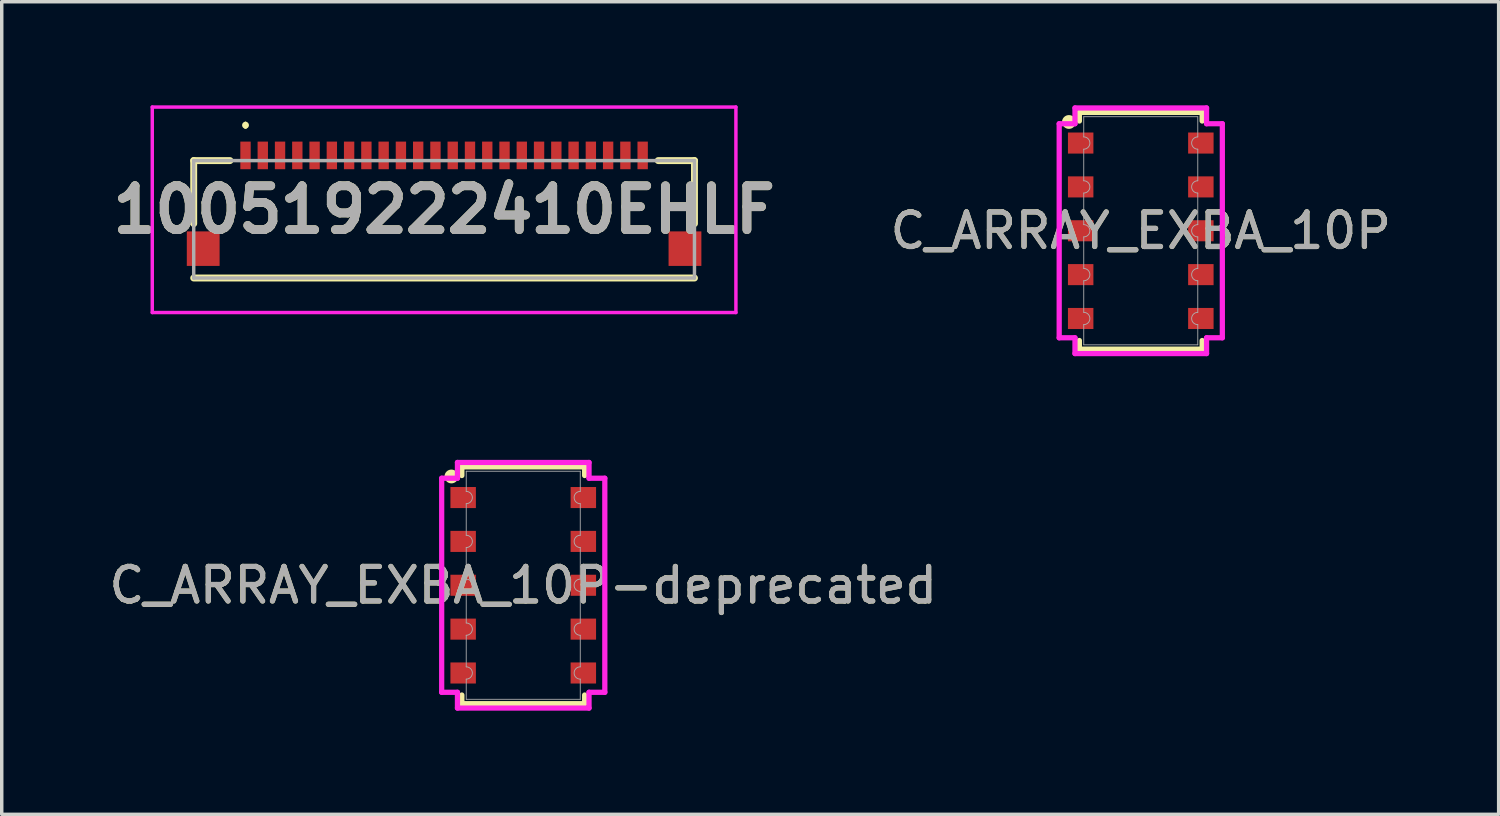
<source format=kicad_pcb>
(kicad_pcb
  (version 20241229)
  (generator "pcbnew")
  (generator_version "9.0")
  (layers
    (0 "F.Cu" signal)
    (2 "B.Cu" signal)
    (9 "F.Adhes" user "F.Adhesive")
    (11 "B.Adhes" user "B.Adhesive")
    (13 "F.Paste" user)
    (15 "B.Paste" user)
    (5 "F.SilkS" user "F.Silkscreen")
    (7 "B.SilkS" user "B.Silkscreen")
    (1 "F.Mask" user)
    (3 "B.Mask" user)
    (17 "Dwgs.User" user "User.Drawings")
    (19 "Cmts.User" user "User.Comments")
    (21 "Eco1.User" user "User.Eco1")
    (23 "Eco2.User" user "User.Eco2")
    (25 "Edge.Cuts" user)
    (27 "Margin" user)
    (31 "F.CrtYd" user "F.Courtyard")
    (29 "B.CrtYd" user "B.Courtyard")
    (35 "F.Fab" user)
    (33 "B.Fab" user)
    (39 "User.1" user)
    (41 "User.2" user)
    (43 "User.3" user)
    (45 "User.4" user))
  (footprint "C_ARRAY_EXBA_10P-deprecated"
    (layer "F.Cu")
    (at 12.101 13.897)
    (property "Reference" "C_ARRAY_EXBA_10P-deprecated" (at 0 0 0) (unlocked yes) (layer "F.SilkS") (effects (font (size 1 1) (thickness 0.15))))
    (attr smd)
    (fp_line (start -1.778 -3.429) (end 1.778 -3.429) (stroke (width 0.152) (type solid)) (layer "F.SilkS"))
    (fp_line (start -1.778 -3.178) (end -1.778 -3.429) (stroke (width 0.152) (type solid)) (layer "F.SilkS"))
    (fp_line (start -1.778 3.178) (end -1.778 3.429) (stroke (width 0.152) (type solid)) (layer "F.SilkS"))
    (fp_line (start -1.778 3.429) (end 1.778 3.429) (stroke (width 0.152) (type solid)) (layer "F.SilkS"))
    (fp_line (start 1.778 -3.178) (end 1.778 -3.429) (stroke (width 0.152) (type solid)) (layer "F.SilkS"))
    (fp_line (start 1.778 3.178) (end 1.778 3.429) (stroke (width 0.152) (type solid)) (layer "F.SilkS"))
    (fp_circle (center -2.08 -3.15) (end -1.93 -3.15) (stroke (width 0.1) (type solid)) (fill yes) (layer "F.SilkS"))
    (fp_line (start -2.362 -3.099) (end -1.905 -3.099) (stroke (width 0.152) (type solid)) (layer "F.CrtYd"))
    (fp_line (start -2.362 3.099) (end -2.362 -3.099) (stroke (width 0.152) (type solid)) (layer "F.CrtYd"))
    (fp_line (start -2.362 3.099) (end -1.905 3.099) (stroke (width 0.152) (type solid)) (layer "F.CrtYd"))
    (fp_line (start -1.905 -3.556) (end 1.905 -3.556) (stroke (width 0.152) (type solid)) (layer "F.CrtYd"))
    (fp_line (start -1.905 -3.099) (end -1.905 -3.556) (stroke (width 0.152) (type solid)) (layer "F.CrtYd"))
    (fp_line (start -1.905 3.556) (end -1.905 3.099) (stroke (width 0.152) (type solid)) (layer "F.CrtYd"))
    (fp_line (start 1.905 -3.556) (end 1.905 -3.099) (stroke (width 0.152) (type solid)) (layer "F.CrtYd"))
    (fp_line (start 1.905 3.099) (end 1.905 3.556) (stroke (width 0.152) (type solid)) (layer "F.CrtYd"))
    (fp_line (start 1.905 3.556) (end -1.905 3.556) (stroke (width 0.152) (type solid)) (layer "F.CrtYd"))
    (fp_line (start 2.362 -3.099) (end 1.905 -3.099) (stroke (width 0.152) (type solid)) (layer "F.CrtYd"))
    (fp_line (start 2.362 -3.099) (end 2.362 3.099) (stroke (width 0.152) (type solid)) (layer "F.CrtYd"))
    (fp_line (start 2.362 3.099) (end 1.905 3.099) (stroke (width 0.152) (type solid)) (layer "F.CrtYd"))
    (fp_line (start -1.651 -3.302) (end 1.651 -3.302) (stroke (width 0.025) (type solid)) (layer "F.Fab"))
    (fp_line (start -1.651 -2.718) (end -1.651 -3.302) (stroke (width 0.025) (type solid)) (layer "F.Fab"))
    (fp_line (start -1.651 -2.362) (end -1.651 -1.448) (stroke (width 0.025) (type solid)) (layer "F.Fab"))
    (fp_line (start -1.651 -1.092) (end -1.651 -0.178) (stroke (width 0.025) (type solid)) (layer "F.Fab"))
    (fp_line (start -1.651 0.178) (end -1.651 1.092) (stroke (width 0.025) (type solid)) (layer "F.Fab"))
    (fp_line (start -1.651 1.448) (end -1.651 2.362) (stroke (width 0.025) (type solid)) (layer "F.Fab"))
    (fp_line (start -1.651 2.718) (end -1.651 3.302) (stroke (width 0.025) (type solid)) (layer "F.Fab"))
    (fp_line (start -1.651 3.302) (end 1.651 3.302) (stroke (width 0.025) (type solid)) (layer "F.Fab"))
    (fp_line (start 1.651 -2.718) (end 1.651 -3.302) (stroke (width 0.025) (type solid)) (layer "F.Fab"))
    (fp_line (start 1.651 -2.362) (end 1.651 -1.448) (stroke (width 0.025) (type solid)) (layer "F.Fab"))
    (fp_line (start 1.651 -1.092) (end 1.651 -0.178) (stroke (width 0.025) (type solid)) (layer "F.Fab"))
    (fp_line (start 1.651 0.178) (end 1.651 1.092) (stroke (width 0.025) (type solid)) (layer "F.Fab"))
    (fp_line (start 1.651 1.448) (end 1.651 2.362) (stroke (width 0.025) (type solid)) (layer "F.Fab"))
    (fp_line (start 1.651 2.718) (end 1.651 3.302) (stroke (width 0.025) (type solid)) (layer "F.Fab"))
    (fp_arc (start -1.651 -2.7178) (mid -1.4732 -2.54) (end -1.651 -2.3622) (stroke (width 0.0254) (type solid)) (layer "F.Fab"))
    (fp_arc (start -1.651 -1.4478) (mid -1.4732 -1.27) (end -1.651 -1.0922) (stroke (width 0.0254) (type solid)) (layer "F.Fab"))
    (fp_arc (start -1.651 -0.1778) (mid -1.4732 0) (end -1.651 0.1778) (stroke (width 0.0254) (type solid)) (layer "F.Fab"))
    (fp_arc (start -1.651 1.0922) (mid -1.4732 1.27) (end -1.651 1.4478) (stroke (width 0.0254) (type solid)) (layer "F.Fab"))
    (fp_arc (start -1.651 2.3622) (mid -1.4732 2.54) (end -1.651 2.7178) (stroke (width 0.0254) (type solid)) (layer "F.Fab"))
    (fp_arc (start 1.651 -2.3622) (mid 1.4732 -2.54) (end 1.651 -2.7178) (stroke (width 0.0254) (type solid)) (layer "F.Fab"))
    (fp_arc (start 1.651 -1.0922) (mid 1.4732 -1.27) (end 1.651 -1.4478) (stroke (width 0.0254) (type solid)) (layer "F.Fab"))
    (fp_arc (start 1.651 0.1778) (mid 1.4732 0) (end 1.651 -0.1778) (stroke (width 0.0254) (type solid)) (layer "F.Fab"))
    (fp_arc (start 1.651 1.4478) (mid 1.4732 1.27) (end 1.651 1.0922) (stroke (width 0.0254) (type solid)) (layer "F.Fab"))
    (fp_arc (start 1.651 2.7178) (mid 1.4732 2.54) (end 1.651 2.3622) (stroke (width 0.0254) (type solid)) (layer "F.Fab"))
    (fp_text user "${REFERENCE}" (at 0 0 0) (unlocked yes) (layer "F.Fab") (effects (font (size 1 1) (thickness 0.15))))
    (pad "1" smd rect (at -1.74 -2.54) (size 0.737 0.61) (layers "F.Cu" "F.Mask" "F.Paste"))
    (pad "2" smd rect (at -1.74 -1.27) (size 0.737 0.61) (layers "F.Cu" "F.Mask" "F.Paste"))
    (pad "3" smd rect (at -1.74 0) (size 0.737 0.61) (layers "F.Cu" "F.Mask" "F.Paste"))
    (pad "4" smd rect (at -1.74 1.27) (size 0.737 0.61) (layers "F.Cu" "F.Mask" "F.Paste"))
    (pad "5" smd rect (at -1.74 2.54) (size 0.737 0.61) (layers "F.Cu" "F.Mask" "F.Paste"))
    (pad "6" smd rect (at 1.74 2.54) (size 0.737 0.61) (layers "F.Cu" "F.Mask" "F.Paste"))
    (pad "7" smd rect (at 1.74 1.27) (size 0.737 0.61) (layers "F.Cu" "F.Mask" "F.Paste"))
    (pad "8" smd rect (at 1.74 0) (size 0.737 0.61) (layers "F.Cu" "F.Mask" "F.Paste"))
    (pad "9" smd rect (at 1.74 -1.27) (size 0.737 0.61) (layers "F.Cu" "F.Mask" "F.Paste"))
    (pad "10" smd rect (at 1.74 -2.54) (size 0.737 0.61) (layers "F.Cu" "F.Mask" "F.Paste")))
  (footprint "C_ARRAY_EXBA_10P"
    (layer "F.Cu")
    (at 29.982 3.632)
    (property "Reference" "C_ARRAY_EXBA_10P" (at 0 0 0) (unlocked yes) (layer "F.SilkS") (effects (font (size 1 1) (thickness 0.15))))
    (attr smd)
    (fp_line (start -1.778 -3.429) (end 1.778 -3.429) (stroke (width 0.152) (type solid)) (layer "F.SilkS"))
    (fp_line (start -1.778 -3.178) (end -1.778 -3.429) (stroke (width 0.152) (type solid)) (layer "F.SilkS"))
    (fp_line (start -1.778 3.178) (end -1.778 3.429) (stroke (width 0.152) (type solid)) (layer "F.SilkS"))
    (fp_line (start -1.778 3.429) (end 1.778 3.429) (stroke (width 0.152) (type solid)) (layer "F.SilkS"))
    (fp_line (start 1.778 -3.178) (end 1.778 -3.429) (stroke (width 0.152) (type solid)) (layer "F.SilkS"))
    (fp_line (start 1.778 3.178) (end 1.778 3.429) (stroke (width 0.152) (type solid)) (layer "F.SilkS"))
    (fp_circle (center -2.08 -3.15) (end -1.93 -3.15) (stroke (width 0.1) (type solid)) (fill yes) (layer "F.SilkS"))
    (fp_line (start -2.362 -3.099) (end -1.905 -3.099) (stroke (width 0.152) (type solid)) (layer "F.CrtYd"))
    (fp_line (start -2.362 3.099) (end -2.362 -3.099) (stroke (width 0.152) (type solid)) (layer "F.CrtYd"))
    (fp_line (start -2.362 3.099) (end -1.905 3.099) (stroke (width 0.152) (type solid)) (layer "F.CrtYd"))
    (fp_line (start -1.905 -3.556) (end 1.905 -3.556) (stroke (width 0.152) (type solid)) (layer "F.CrtYd"))
    (fp_line (start -1.905 -3.099) (end -1.905 -3.556) (stroke (width 0.152) (type solid)) (layer "F.CrtYd"))
    (fp_line (start -1.905 3.556) (end -1.905 3.099) (stroke (width 0.152) (type solid)) (layer "F.CrtYd"))
    (fp_line (start 1.905 -3.556) (end 1.905 -3.099) (stroke (width 0.152) (type solid)) (layer "F.CrtYd"))
    (fp_line (start 1.905 3.099) (end 1.905 3.556) (stroke (width 0.152) (type solid)) (layer "F.CrtYd"))
    (fp_line (start 1.905 3.556) (end -1.905 3.556) (stroke (width 0.152) (type solid)) (layer "F.CrtYd"))
    (fp_line (start 2.362 -3.099) (end 1.905 -3.099) (stroke (width 0.152) (type solid)) (layer "F.CrtYd"))
    (fp_line (start 2.362 -3.099) (end 2.362 3.099) (stroke (width 0.152) (type solid)) (layer "F.CrtYd"))
    (fp_line (start 2.362 3.099) (end 1.905 3.099) (stroke (width 0.152) (type solid)) (layer "F.CrtYd"))
    (fp_line (start -1.651 -3.302) (end 1.651 -3.302) (stroke (width 0.025) (type solid)) (layer "F.Fab"))
    (fp_line (start -1.651 -2.718) (end -1.651 -3.302) (stroke (width 0.025) (type solid)) (layer "F.Fab"))
    (fp_line (start -1.651 -2.362) (end -1.651 -1.448) (stroke (width 0.025) (type solid)) (layer "F.Fab"))
    (fp_line (start -1.651 -1.092) (end -1.651 -0.178) (stroke (width 0.025) (type solid)) (layer "F.Fab"))
    (fp_line (start -1.651 0.178) (end -1.651 1.092) (stroke (width 0.025) (type solid)) (layer "F.Fab"))
    (fp_line (start -1.651 1.448) (end -1.651 2.362) (stroke (width 0.025) (type solid)) (layer "F.Fab"))
    (fp_line (start -1.651 2.718) (end -1.651 3.302) (stroke (width 0.025) (type solid)) (layer "F.Fab"))
    (fp_line (start -1.651 3.302) (end 1.651 3.302) (stroke (width 0.025) (type solid)) (layer "F.Fab"))
    (fp_line (start 1.651 -2.718) (end 1.651 -3.302) (stroke (width 0.025) (type solid)) (layer "F.Fab"))
    (fp_line (start 1.651 -2.362) (end 1.651 -1.448) (stroke (width 0.025) (type solid)) (layer "F.Fab"))
    (fp_line (start 1.651 -1.092) (end 1.651 -0.178) (stroke (width 0.025) (type solid)) (layer "F.Fab"))
    (fp_line (start 1.651 0.178) (end 1.651 1.092) (stroke (width 0.025) (type solid)) (layer "F.Fab"))
    (fp_line (start 1.651 1.448) (end 1.651 2.362) (stroke (width 0.025) (type solid)) (layer "F.Fab"))
    (fp_line (start 1.651 2.718) (end 1.651 3.302) (stroke (width 0.025) (type solid)) (layer "F.Fab"))
    (fp_arc (start -1.651 -2.7178) (mid -1.4732 -2.54) (end -1.651 -2.3622) (stroke (width 0.0254) (type solid)) (layer "F.Fab"))
    (fp_arc (start -1.651 -1.4478) (mid -1.4732 -1.27) (end -1.651 -1.0922) (stroke (width 0.0254) (type solid)) (layer "F.Fab"))
    (fp_arc (start -1.651 -0.1778) (mid -1.4732 0) (end -1.651 0.1778) (stroke (width 0.0254) (type solid)) (layer "F.Fab"))
    (fp_arc (start -1.651 1.0922) (mid -1.4732 1.27) (end -1.651 1.4478) (stroke (width 0.0254) (type solid)) (layer "F.Fab"))
    (fp_arc (start -1.651 2.3622) (mid -1.4732 2.54) (end -1.651 2.7178) (stroke (width 0.0254) (type solid)) (layer "F.Fab"))
    (fp_arc (start 1.651 -2.3622) (mid 1.4732 -2.54) (end 1.651 -2.7178) (stroke (width 0.0254) (type solid)) (layer "F.Fab"))
    (fp_arc (start 1.651 -1.0922) (mid 1.4732 -1.27) (end 1.651 -1.4478) (stroke (width 0.0254) (type solid)) (layer "F.Fab"))
    (fp_arc (start 1.651 0.1778) (mid 1.4732 0) (end 1.651 -0.1778) (stroke (width 0.0254) (type solid)) (layer "F.Fab"))
    (fp_arc (start 1.651 1.4478) (mid 1.4732 1.27) (end 1.651 1.0922) (stroke (width 0.0254) (type solid)) (layer "F.Fab"))
    (fp_arc (start 1.651 2.7178) (mid 1.4732 2.54) (end 1.651 2.3622) (stroke (width 0.0254) (type solid)) (layer "F.Fab"))
    (fp_text user "${REFERENCE}" (at 0 0 0) (unlocked yes) (layer "F.Fab") (effects (font (size 1 1) (thickness 0.15))))
    (pad "1" smd rect (at -1.74 -2.54) (size 0.737 0.61) (layers "F.Cu" "F.Mask" "F.Paste"))
    (pad "2" smd rect (at -1.74 -1.27) (size 0.737 0.61) (layers "F.Cu" "F.Mask" "F.Paste"))
    (pad "3" smd rect (at -1.74 0) (size 0.737 0.61) (layers "F.Cu" "F.Mask" "F.Paste"))
    (pad "4" smd rect (at -1.74 1.27) (size 0.737 0.61) (layers "F.Cu" "F.Mask" "F.Paste"))
    (pad "5" smd rect (at -1.74 2.54) (size 0.737 0.61) (layers "F.Cu" "F.Mask" "F.Paste"))
    (pad "6" smd rect (at 1.74 2.54) (size 0.737 0.61) (layers "F.Cu" "F.Mask" "F.Paste"))
    (pad "7" smd rect (at 1.74 1.27) (size 0.737 0.61) (layers "F.Cu" "F.Mask" "F.Paste"))
    (pad "8" smd rect (at 1.74 0) (size 0.737 0.61) (layers "F.Cu" "F.Mask" "F.Paste"))
    (pad "9" smd rect (at 1.74 -1.27) (size 0.737 0.61) (layers "F.Cu" "F.Mask" "F.Paste"))
    (pad "10" smd rect (at 1.74 -2.54) (size 0.737 0.61) (layers "F.Cu" "F.Mask" "F.Paste")))
  (footprint "100519222410EHLF"
    (layer "F.Cu")
    (at 9.809 3.025)
    (property "Reference" "100519222410EHLF" (at 0 0 0) (layer "F.SilkS") (effects (font (size 1.27 1.27) (thickness 0.254))))
    (attr smd)
    (fp_line (start -7.25 -1.425) (end -6.2 -1.425) (stroke (width 0.2) (type solid)) (layer "F.SilkS"))
    (fp_line (start -7.25 0.4) (end -7.25 -1.425) (stroke (width 0.2) (type solid)) (layer "F.SilkS"))
    (fp_line (start -7.25 1.975) (end 7.25 1.975) (stroke (width 0.2) (type solid)) (layer "F.SilkS"))
    (fp_line (start -5.75 -2.5) (end -5.75 -2.5) (stroke (width 0.1) (type solid)) (layer "F.SilkS"))
    (fp_line (start -5.75 -2.4) (end -5.75 -2.4) (stroke (width 0.1) (type solid)) (layer "F.SilkS"))
    (fp_line (start 6.2 -1.425) (end 7.25 -1.425) (stroke (width 0.2) (type solid)) (layer "F.SilkS"))
    (fp_line (start 7.25 -1.425) (end 7.25 0.4) (stroke (width 0.2) (type solid)) (layer "F.SilkS"))
    (fp_arc (start -5.75 -2.5) (mid -5.7 -2.45) (end -5.75 -2.4) (stroke (width 0.1) (type solid)) (layer "F.SilkS"))
    (fp_arc (start -5.75 -2.4) (mid -5.8 -2.45) (end -5.75 -2.5) (stroke (width 0.1) (type solid)) (layer "F.SilkS"))
    (fp_line (start -8.45 -2.975) (end 8.45 -2.975) (stroke (width 0.1) (type solid)) (layer "F.CrtYd"))
    (fp_line (start -8.45 2.975) (end -8.45 -2.975) (stroke (width 0.1) (type solid)) (layer "F.CrtYd"))
    (fp_line (start 8.45 -2.975) (end 8.45 2.975) (stroke (width 0.1) (type solid)) (layer "F.CrtYd"))
    (fp_line (start 8.45 2.975) (end -8.45 2.975) (stroke (width 0.1) (type solid)) (layer "F.CrtYd"))
    (fp_line (start -7.25 -1.425) (end -7.25 1.975) (stroke (width 0.1) (type solid)) (layer "F.Fab"))
    (fp_line (start -7.25 1.975) (end 7.25 1.975) (stroke (width 0.1) (type solid)) (layer "F.Fab"))
    (fp_line (start 7.25 -1.425) (end -7.25 -1.425) (stroke (width 0.1) (type solid)) (layer "F.Fab"))
    (fp_line (start 7.25 1.975) (end 7.25 -1.425) (stroke (width 0.1) (type solid)) (layer "F.Fab"))
    (fp_text user "${REFERENCE}" (at 0 0 0) (layer "F.Fab") (effects (font (size 1.27 1.27) (thickness 0.254))))
    (pad "1" smd rect (at -5.75 -1.575) (size 0.3 0.8) (layers "F.Cu" "F.Mask" "F.Paste"))
    (pad "2" smd rect (at -5.25 -1.575) (size 0.3 0.8) (layers "F.Cu" "F.Mask" "F.Paste"))
    (pad "3" smd rect (at -4.75 -1.575) (size 0.3 0.8) (layers "F.Cu" "F.Mask" "F.Paste"))
    (pad "4" smd rect (at -4.25 -1.575) (size 0.3 0.8) (layers "F.Cu" "F.Mask" "F.Paste"))
    (pad "5" smd rect (at -3.75 -1.575) (size 0.3 0.8) (layers "F.Cu" "F.Mask" "F.Paste"))
    (pad "6" smd rect (at -3.25 -1.575) (size 0.3 0.8) (layers "F.Cu" "F.Mask" "F.Paste"))
    (pad "7" smd rect (at -2.75 -1.575) (size 0.3 0.8) (layers "F.Cu" "F.Mask" "F.Paste"))
    (pad "8" smd rect (at -2.25 -1.575) (size 0.3 0.8) (layers "F.Cu" "F.Mask" "F.Paste"))
    (pad "9" smd rect (at -1.75 -1.575) (size 0.3 0.8) (layers "F.Cu" "F.Mask" "F.Paste"))
    (pad "10" smd rect (at -1.25 -1.575) (size 0.3 0.8) (layers "F.Cu" "F.Mask" "F.Paste"))
    (pad "11" smd rect (at -0.75 -1.575) (size 0.3 0.8) (layers "F.Cu" "F.Mask" "F.Paste"))
    (pad "12" smd rect (at -0.25 -1.575) (size 0.3 0.8) (layers "F.Cu" "F.Mask" "F.Paste"))
    (pad "13" smd rect (at 0.25 -1.575) (size 0.3 0.8) (layers "F.Cu" "F.Mask" "F.Paste"))
    (pad "14" smd rect (at 0.75 -1.575) (size 0.3 0.8) (layers "F.Cu" "F.Mask" "F.Paste"))
    (pad "15" smd rect (at 1.25 -1.575) (size 0.3 0.8) (layers "F.Cu" "F.Mask" "F.Paste"))
    (pad "16" smd rect (at 1.75 -1.575) (size 0.3 0.8) (layers "F.Cu" "F.Mask" "F.Paste"))
    (pad "17" smd rect (at 2.25 -1.575) (size 0.3 0.8) (layers "F.Cu" "F.Mask" "F.Paste"))
    (pad "18" smd rect (at 2.75 -1.575) (size 0.3 0.8) (layers "F.Cu" "F.Mask" "F.Paste"))
    (pad "19" smd rect (at 3.25 -1.575) (size 0.3 0.8) (layers "F.Cu" "F.Mask" "F.Paste"))
    (pad "20" smd rect (at 3.75 -1.575) (size 0.3 0.8) (layers "F.Cu" "F.Mask" "F.Paste"))
    (pad "21" smd rect (at 4.25 -1.575) (size 0.3 0.8) (layers "F.Cu" "F.Mask" "F.Paste"))
    (pad "22" smd rect (at 4.75 -1.575) (size 0.3 0.8) (layers "F.Cu" "F.Mask" "F.Paste"))
    (pad "23" smd rect (at 5.25 -1.575) (size 0.3 0.8) (layers "F.Cu" "F.Mask" "F.Paste"))
    (pad "24" smd rect (at 5.75 -1.575) (size 0.3 0.8) (layers "F.Cu" "F.Mask" "F.Paste"))
    (pad "MP1" smd rect (at -6.975 1.125) (size 0.95 1) (layers "F.Cu" "F.Mask" "F.Paste"))
    (pad "MP2" smd rect (at 6.975 1.125) (size 0.95 1) (layers "F.Cu" "F.Mask" "F.Paste")))
  (gr_rect
    (start -3 -3)
    (end 40.345 20.529)
    (stroke (width 0.1) (type default))
    (fill no)
    (layer "Edge.Cuts")))
</source>
